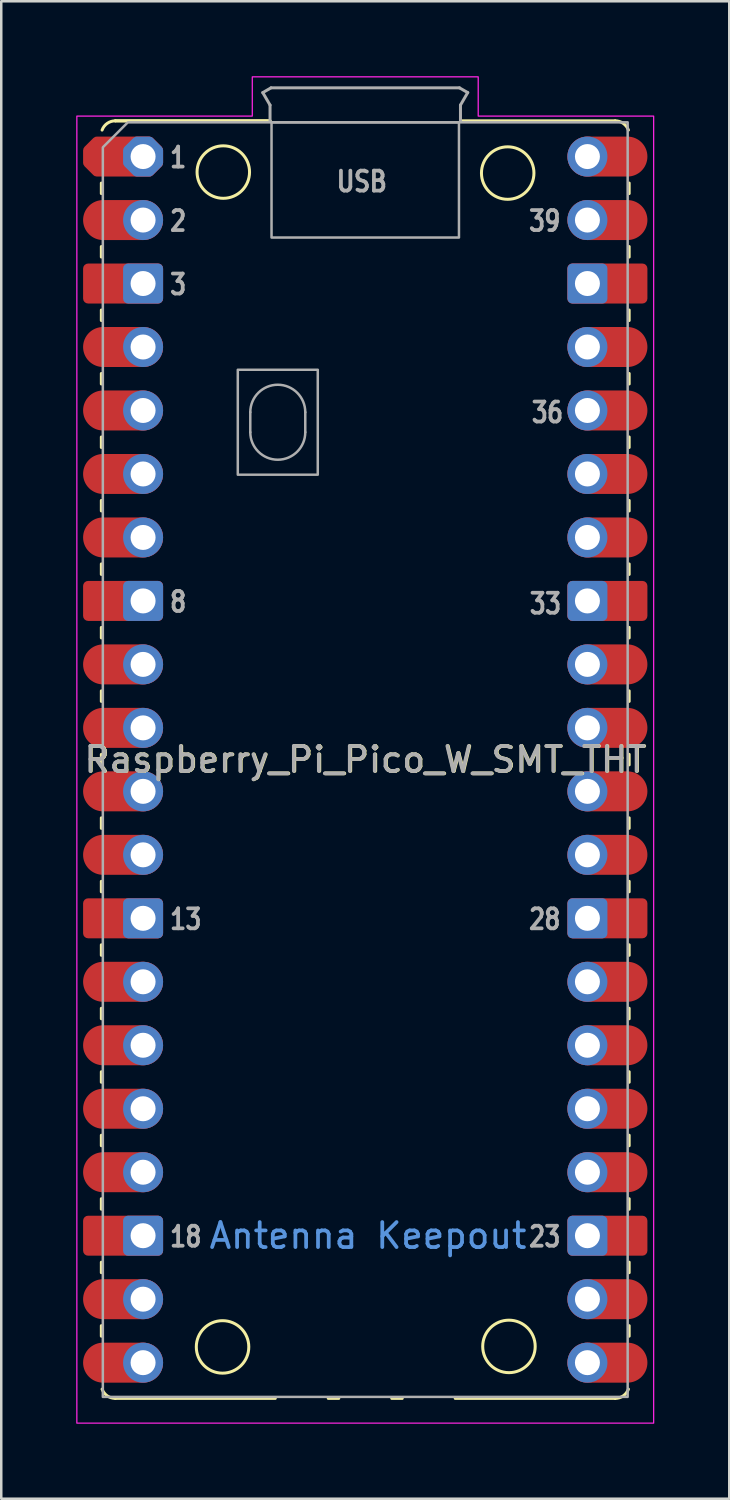
<source format=kicad_pcb>
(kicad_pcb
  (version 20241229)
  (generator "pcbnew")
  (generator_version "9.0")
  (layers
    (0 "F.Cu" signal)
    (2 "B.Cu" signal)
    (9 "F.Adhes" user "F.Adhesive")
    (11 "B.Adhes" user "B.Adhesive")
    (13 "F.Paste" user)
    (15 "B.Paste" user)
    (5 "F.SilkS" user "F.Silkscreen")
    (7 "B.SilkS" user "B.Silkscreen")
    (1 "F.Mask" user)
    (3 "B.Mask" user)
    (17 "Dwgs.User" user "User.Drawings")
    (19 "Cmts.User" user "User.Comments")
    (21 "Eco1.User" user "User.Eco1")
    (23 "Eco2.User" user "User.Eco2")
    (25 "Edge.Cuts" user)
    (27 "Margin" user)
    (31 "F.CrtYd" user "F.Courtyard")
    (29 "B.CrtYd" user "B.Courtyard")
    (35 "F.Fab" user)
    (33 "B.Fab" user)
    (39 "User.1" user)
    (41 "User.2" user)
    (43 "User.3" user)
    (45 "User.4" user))
  (footprint "Raspberry_Pi_Pico_W_SMT_THT"
    (layer "F.Cu")
    (at 2.675 3.215)
    (property "Reference" "Raspberry_Pi_Pico_W_SMT_THT" (at 8.91 24.13 0) (layer "F.SilkS") (effects (font (size 1 1) (thickness 0.15))))
    (attr through_hole)
    (fp_line (start -1.67 1.06) (end -1.67 1.48) (stroke (width 0.12) (type solid)) (layer "F.SilkS"))
    (fp_line (start -1.67 3.6) (end -1.67 4.02) (stroke (width 0.12) (type solid)) (layer "F.SilkS"))
    (fp_line (start -1.67 6.14) (end -1.67 6.56) (stroke (width 0.12) (type solid)) (layer "F.SilkS"))
    (fp_line (start -1.67 8.68) (end -1.67 9.1) (stroke (width 0.12) (type solid)) (layer "F.SilkS"))
    (fp_line (start -1.67 11.22) (end -1.67 11.64) (stroke (width 0.12) (type solid)) (layer "F.SilkS"))
    (fp_line (start -1.67 13.76) (end -1.67 14.18) (stroke (width 0.12) (type solid)) (layer "F.SilkS"))
    (fp_line (start -1.67 16.3) (end -1.67 16.72) (stroke (width 0.12) (type solid)) (layer "F.SilkS"))
    (fp_line (start -1.67 18.84) (end -1.67 19.26) (stroke (width 0.12) (type solid)) (layer "F.SilkS"))
    (fp_line (start -1.67 21.38) (end -1.67 21.8) (stroke (width 0.12) (type solid)) (layer "F.SilkS"))
    (fp_line (start -1.67 23.92) (end -1.67 24.34) (stroke (width 0.12) (type solid)) (layer "F.SilkS"))
    (fp_line (start -1.67 26.46) (end -1.67 26.88) (stroke (width 0.12) (type solid)) (layer "F.SilkS"))
    (fp_line (start -1.67 29) (end -1.67 29.42) (stroke (width 0.12) (type solid)) (layer "F.SilkS"))
    (fp_line (start -1.67 31.54) (end -1.67 31.96) (stroke (width 0.12) (type solid)) (layer "F.SilkS"))
    (fp_line (start -1.67 34.08) (end -1.67 34.5) (stroke (width 0.12) (type solid)) (layer "F.SilkS"))
    (fp_line (start -1.67 36.62) (end -1.67 37.04) (stroke (width 0.12) (type solid)) (layer "F.SilkS"))
    (fp_line (start -1.67 39.16) (end -1.67 39.58) (stroke (width 0.12) (type solid)) (layer "F.SilkS"))
    (fp_line (start -1.67 41.7) (end -1.67 42.12) (stroke (width 0.12) (type solid)) (layer "F.SilkS"))
    (fp_line (start -1.67 44.24) (end -1.67 44.66) (stroke (width 0.12) (type solid)) (layer "F.SilkS"))
    (fp_line (start -1.67 46.78) (end -1.67 47.2) (stroke (width 0.12) (type solid)) (layer "F.SilkS"))
    (fp_line (start -1.11 -1.43) (end 5.08 -1.43) (stroke (width 0.12) (type solid)) (layer "F.SilkS"))
    (fp_line (start -1.11 49.69) (end 5.29 49.69) (stroke (width 0.12) (type solid)) (layer "F.SilkS"))
    (fp_line (start 5.08 -1.43) (end -1.11 -1.43) (stroke (width 0.12) (type solid)) (layer "F.SilkS"))
    (fp_line (start 7.41 49.69) (end 7.83 49.69) (stroke (width 0.12) (type solid)) (layer "F.SilkS"))
    (fp_line (start 9.95 49.69) (end 10.37 49.69) (stroke (width 0.12) (type solid)) (layer "F.SilkS"))
    (fp_line (start 12.49 49.69) (end 18.89 49.69) (stroke (width 0.12) (type solid)) (layer "F.SilkS"))
    (fp_line (start 18.89 -1.43) (end 12.7 -1.43) (stroke (width 0.12) (type solid)) (layer "F.SilkS"))
    (fp_line (start 19.45 1.06) (end 19.45 1.48) (stroke (width 0.12) (type solid)) (layer "F.SilkS"))
    (fp_line (start 19.45 3.6) (end 19.45 4.02) (stroke (width 0.12) (type solid)) (layer "F.SilkS"))
    (fp_line (start 19.45 6.14) (end 19.45 6.56) (stroke (width 0.12) (type solid)) (layer "F.SilkS"))
    (fp_line (start 19.45 8.68) (end 19.45 9.1) (stroke (width 0.12) (type solid)) (layer "F.SilkS"))
    (fp_line (start 19.45 11.22) (end 19.45 11.64) (stroke (width 0.12) (type solid)) (layer "F.SilkS"))
    (fp_line (start 19.45 13.76) (end 19.45 14.18) (stroke (width 0.12) (type solid)) (layer "F.SilkS"))
    (fp_line (start 19.45 16.3) (end 19.45 16.72) (stroke (width 0.12) (type solid)) (layer "F.SilkS"))
    (fp_line (start 19.45 18.84) (end 19.45 19.26) (stroke (width 0.12) (type solid)) (layer "F.SilkS"))
    (fp_line (start 19.45 21.38) (end 19.45 21.8) (stroke (width 0.12) (type solid)) (layer "F.SilkS"))
    (fp_line (start 19.45 23.92) (end 19.45 24.34) (stroke (width 0.12) (type solid)) (layer "F.SilkS"))
    (fp_line (start 19.45 26.46) (end 19.45 26.88) (stroke (width 0.12) (type solid)) (layer "F.SilkS"))
    (fp_line (start 19.45 29) (end 19.45 29.42) (stroke (width 0.12) (type solid)) (layer "F.SilkS"))
    (fp_line (start 19.45 31.54) (end 19.45 31.96) (stroke (width 0.12) (type solid)) (layer "F.SilkS"))
    (fp_line (start 19.45 34.08) (end 19.45 34.5) (stroke (width 0.12) (type solid)) (layer "F.SilkS"))
    (fp_line (start 19.45 36.62) (end 19.45 37.04) (stroke (width 0.12) (type solid)) (layer "F.SilkS"))
    (fp_line (start 19.45 39.16) (end 19.45 39.58) (stroke (width 0.12) (type solid)) (layer "F.SilkS"))
    (fp_line (start 19.45 41.7) (end 19.45 42.12) (stroke (width 0.12) (type solid)) (layer "F.SilkS"))
    (fp_line (start 19.45 44.24) (end 19.45 44.66) (stroke (width 0.12) (type solid)) (layer "F.SilkS"))
    (fp_line (start 19.45 46.78) (end 19.45 47.2) (stroke (width 0.12) (type solid)) (layer "F.SilkS"))
    (fp_arc (start -1.64 -1.06) (mid -1.433508 -1.328808) (end -1.11 -1.43) (stroke (width 0.12) (type solid)) (layer "F.SilkS"))
    (fp_arc (start -1.11 49.69) (mid -1.433508 49.588809) (end -1.64 49.32) (stroke (width 0.12) (type solid)) (layer "F.SilkS"))
    (fp_arc (start 18.89 -1.43) (mid 19.213508 -1.328809) (end 19.42 -1.06) (stroke (width 0.12) (type solid)) (layer "F.SilkS"))
    (fp_arc (start 19.42 49.32) (mid 19.213508 49.588808) (end 18.89 49.69) (stroke (width 0.12) (type solid)) (layer "F.SilkS"))
    (fp_circle (center 3.18 47.63) (end 4.23 47.63) (stroke (width 0.12) (type solid)) (fill no) (layer "F.SilkS"))
    (fp_circle (center 3.21 0.62) (end 4.26 0.62) (stroke (width 0.12) (type solid)) (fill no) (layer "F.SilkS"))
    (fp_circle (center 14.59 0.66) (end 15.64 0.66) (stroke (width 0.12) (type solid)) (fill no) (layer "F.SilkS"))
    (fp_circle (center 14.64 47.61) (end 15.69 47.61) (stroke (width 0.12) (type solid)) (fill no) (layer "F.SilkS"))
    (fp_poly (pts (xy 13.41 -1.62) (xy 20.43 -1.62) (xy 20.43 50.68) (xy -2.65 50.68) (xy -2.65 -1.62) (xy 4.37 -1.62) (xy 4.37 -3.19) (xy 13.41 -3.19)) (stroke (width 0.05) (type solid)) (fill no) (layer "F.CrtYd"))
    (fp_line (start 4.29 10.23) (end 4.29 11.03) (stroke (width 0.1) (type solid)) (layer "F.Fab"))
    (fp_line (start 4.79 -2.56) (end 5.12 -2.75) (stroke (width 0.12) (type solid)) (layer "F.Fab"))
    (fp_line (start 5.08 -2.06) (end 4.79 -2.56) (stroke (width 0.12) (type solid)) (layer "F.Fab"))
    (fp_line (start 5.08 -1.43) (end 5.08 -2.06) (stroke (width 0.12) (type solid)) (layer "F.Fab"))
    (fp_line (start 5.12 -2.75) (end 12.66 -2.75) (stroke (width 0.12) (type solid)) (layer "F.Fab"))
    (fp_line (start 6.49 10.23) (end 6.49 11.03) (stroke (width 0.1) (type solid)) (layer "F.Fab"))
    (fp_line (start 12.66 -2.75) (end 12.99 -2.56) (stroke (width 0.12) (type solid)) (layer "F.Fab"))
    (fp_line (start 12.7 -2.06) (end 12.7 -1.43) (stroke (width 0.12) (type solid)) (layer "F.Fab"))
    (fp_line (start 12.99 -2.56) (end 12.7 -2.06) (stroke (width 0.12) (type solid)) (layer "F.Fab"))
    (fp_rect (start 3.79 8.53) (end 6.99 12.73) (stroke (width 0.1) (type solid)) (fill no) (layer "F.Fab"))
    (fp_rect (start 5.14 -1.37) (end 12.64 3.24) (stroke (width 0.1) (type solid)) (fill no) (layer "F.Fab"))
    (fp_arc (start 4.29 10.23) (mid 5.39 9.13) (end 6.49 10.23) (stroke (width 0.1) (type solid)) (layer "F.Fab"))
    (fp_arc (start 6.49 11.03) (mid 5.39 12.13) (end 4.29 11.03) (stroke (width 0.1) (type solid)) (layer "F.Fab"))
    (fp_poly (pts (xy 19.39 49.63) (xy -1.61 49.63) (xy -1.61 -0.37) (xy -0.61 -1.37) (xy 19.39 -1.37)) (stroke (width 0.1) (type solid)) (fill no) (layer "F.Fab"))
    (fp_text user "Antenna Keepout" (at 9 43.18 0) (unlocked yes) (layer "Cmts.User") (effects (font (size 1 1) (thickness 0.15))))
    (fp_text user "3" (at 1 5.118 0) (unlocked yes) (layer "F.Fab") (effects (font (size 0.8 0.64) (thickness 0.15)) (justify left)))
    (fp_text user "23" (at 16.78 43.218 0) (unlocked yes) (layer "F.Fab") (effects (font (size 0.8 0.64) (thickness 0.15)) (justify right)))
    (fp_text user "33" (at 16.1 17.89 0) (unlocked yes) (layer "F.Fab") (effects (font (size 0.8 0.64) (thickness 0.15))))
    (fp_text user "USB" (at 8.75 1 0) (unlocked yes) (layer "F.Fab") (effects (font (size 0.8 0.66) (thickness 0.15))))
    (fp_text user "8" (at 1 17.818 0) (unlocked yes) (layer "F.Fab") (effects (font (size 0.8 0.64) (thickness 0.15)) (justify left)))
    (fp_text user "1" (at 1 0.038 0) (unlocked yes) (layer "F.Fab") (effects (font (size 0.8 0.64) (thickness 0.15)) (justify left)))
    (fp_text user "28" (at 16.78 30.518 0) (unlocked yes) (layer "F.Fab") (effects (font (size 0.8 0.64) (thickness 0.15)) (justify right)))
    (fp_text user "18" (at 1 43.218 0) (unlocked yes) (layer "F.Fab") (effects (font (size 0.8 0.64) (thickness 0.15)) (justify left)))
    (fp_text user "13" (at 1 30.518 0) (unlocked yes) (layer "F.Fab") (effects (font (size 0.8 0.64) (thickness 0.15)) (justify left)))
    (fp_text user "${REFERENCE}" (at 8.89 24.13 0) (unlocked yes) (layer "F.Fab") (effects (font (size 1 1) (thickness 0.15))))
    (fp_text user "39" (at 16.78 2.578 0) (unlocked yes) (layer "F.Fab") (effects (font (size 0.8 0.64) (thickness 0.15)) (justify right)))
    (fp_text user "2" (at 1 2.578 0) (unlocked yes) (layer "F.Fab") (effects (font (size 0.8 0.64) (thickness 0.15)) (justify left)))
    (fp_text user "36" (at 16.18 10.24 0) (unlocked yes) (layer "F.Fab") (effects (font (size 0.8 0.64) (thickness 0.15))))
    (pad "1" smd custom (at -1.6 0) (size 1.6 1.6) (layers "F.Cu" "F.Mask") (options (anchor circle)) (primitives (gr_poly (pts (xy 2.2 0.249) (xy 1.849 0.6) (xy -0.249 0.6) (xy -0.6 0.249) (xy -0.6 -0.249) (xy -0.249 -0.6) (xy 1.849 -0.6) (xy 2.2 -0.249)) (width 0.4) (fill yes))))
    (pad "1" thru_hole custom (at 0 0) (size 1.6 1.6) (drill 1) (layers "*.Cu" "*.Mask") (options (anchor circle)) (primitives (gr_poly (pts (xy 0.6 0.249) (xy 0.249 0.6) (xy -0.249 0.6) (xy -0.6 0.249) (xy -0.6 -0.249) (xy -0.249 -0.6) (xy 0.249 -0.6) (xy 0.6 -0.249)) (width 0.4) (fill yes))))
    (pad "2" smd oval (at -1.6 2.54) (size 3.2 1.6) (drill (offset 0.8 0)) (layers "F.Cu" "F.Mask"))
    (pad "2" thru_hole circle (at 0 2.54) (size 1.6 1.6) (drill 1) (layers "*.Cu" "*.Mask"))
    (pad "3" smd roundrect (at -1.6 5.08) (size 3.2 1.6) (drill (offset 0.8 0)) (layers "F.Cu" "F.Mask") (roundrect_rratio 0.125))
    (pad "3" thru_hole roundrect (at 0 5.08) (size 1.6 1.6) (drill 1) (layers "*.Cu" "*.Mask") (roundrect_rratio 0.125))
    (pad "4" smd oval (at -1.6 7.62) (size 3.2 1.6) (drill (offset 0.8 0)) (layers "F.Cu" "F.Mask"))
    (pad "4" thru_hole circle (at 0 7.62) (size 1.6 1.6) (drill 1) (layers "*.Cu" "*.Mask"))
    (pad "5" smd oval (at -1.6 10.16) (size 3.2 1.6) (drill (offset 0.8 0)) (layers "F.Cu" "F.Mask"))
    (pad "5" thru_hole circle (at 0 10.16) (size 1.6 1.6) (drill 1) (layers "*.Cu" "*.Mask"))
    (pad "6" smd oval (at -1.6 12.7) (size 3.2 1.6) (drill (offset 0.8 0)) (layers "F.Cu" "F.Mask"))
    (pad "6" thru_hole circle (at 0 12.7) (size 1.6 1.6) (drill 1) (layers "*.Cu" "*.Mask"))
    (pad "7" smd oval (at -1.6 15.24) (size 3.2 1.6) (drill (offset 0.8 0)) (layers "F.Cu" "F.Mask"))
    (pad "7" thru_hole circle (at 0 15.24) (size 1.6 1.6) (drill 1) (layers "*.Cu" "*.Mask"))
    (pad "8" smd roundrect (at -1.6 17.78) (size 3.2 1.6) (drill (offset 0.8 0)) (layers "F.Cu" "F.Mask") (roundrect_rratio 0.125))
    (pad "8" thru_hole roundrect (at 0 17.78) (size 1.6 1.6) (drill 1) (layers "*.Cu" "*.Mask") (roundrect_rratio 0.125))
    (pad "9" smd oval (at -1.6 20.32) (size 3.2 1.6) (drill (offset 0.8 0)) (layers "F.Cu" "F.Mask"))
    (pad "9" thru_hole circle (at 0 20.32) (size 1.6 1.6) (drill 1) (layers "*.Cu" "*.Mask"))
    (pad "10" smd oval (at -1.6 22.86) (size 3.2 1.6) (drill (offset 0.8 0)) (layers "F.Cu" "F.Mask"))
    (pad "10" thru_hole circle (at 0 22.86) (size 1.6 1.6) (drill 1) (layers "*.Cu" "*.Mask"))
    (pad "11" smd oval (at -1.6 25.4) (size 3.2 1.6) (drill (offset 0.8 0)) (layers "F.Cu" "F.Mask"))
    (pad "11" thru_hole circle (at 0 25.4) (size 1.6 1.6) (drill 1) (layers "*.Cu" "*.Mask"))
    (pad "12" smd oval (at -1.6 27.94) (size 3.2 1.6) (drill (offset 0.8 0)) (layers "F.Cu" "F.Mask"))
    (pad "12" thru_hole circle (at 0 27.94) (size 1.6 1.6) (drill 1) (layers "*.Cu" "*.Mask"))
    (pad "13" smd roundrect (at -1.6 30.48) (size 3.2 1.6) (drill (offset 0.8 0)) (layers "F.Cu" "F.Mask") (roundrect_rratio 0.125))
    (pad "13" thru_hole roundrect (at 0 30.48) (size 1.6 1.6) (drill 1) (layers "*.Cu" "*.Mask") (roundrect_rratio 0.125))
    (pad "14" smd oval (at -1.6 33.02) (size 3.2 1.6) (drill (offset 0.8 0)) (layers "F.Cu" "F.Mask"))
    (pad "14" thru_hole circle (at 0 33.02) (size 1.6 1.6) (drill 1) (layers "*.Cu" "*.Mask"))
    (pad "15" smd oval (at -1.6 35.56) (size 3.2 1.6) (drill (offset 0.8 0)) (layers "F.Cu" "F.Mask"))
    (pad "15" thru_hole circle (at 0 35.56) (size 1.6 1.6) (drill 1) (layers "*.Cu" "*.Mask"))
    (pad "16" smd oval (at -1.6 38.1) (size 3.2 1.6) (drill (offset 0.8 0)) (layers "F.Cu" "F.Mask"))
    (pad "16" thru_hole circle (at 0 38.1) (size 1.6 1.6) (drill 1) (layers "*.Cu" "*.Mask"))
    (pad "17" smd oval (at -1.6 40.64) (size 3.2 1.6) (drill (offset 0.8 0)) (layers "F.Cu" "F.Mask"))
    (pad "17" thru_hole circle (at 0 40.64) (size 1.6 1.6) (drill 1) (layers "*.Cu" "*.Mask"))
    (pad "18" smd roundrect (at -1.6 43.18) (size 3.2 1.6) (drill (offset 0.8 0)) (layers "F.Cu" "F.Mask") (roundrect_rratio 0.125))
    (pad "18" thru_hole roundrect (at 0 43.18) (size 1.6 1.6) (drill 1) (layers "*.Cu" "*.Mask") (roundrect_rratio 0.125))
    (pad "19" smd oval (at -1.6 45.72) (size 3.2 1.6) (drill (offset 0.8 0)) (layers "F.Cu" "F.Mask"))
    (pad "19" thru_hole circle (at 0 45.72) (size 1.6 1.6) (drill 1) (layers "*.Cu" "*.Mask"))
    (pad "20" smd oval (at -1.6 48.26) (size 3.2 1.6) (drill (offset 0.8 0)) (layers "F.Cu" "F.Mask"))
    (pad "20" thru_hole circle (at 0 48.26) (size 1.6 1.6) (drill 1) (layers "*.Cu" "*.Mask"))
    (pad "21" thru_hole circle (at 17.78 48.26) (size 1.6 1.6) (drill 1) (layers "*.Cu" "*.Mask"))
    (pad "21" smd oval (at 19.38 48.26) (size 3.2 1.6) (drill (offset -0.8 0)) (layers "F.Cu" "F.Mask"))
    (pad "22" thru_hole circle (at 17.78 45.72) (size 1.6 1.6) (drill 1) (layers "*.Cu" "*.Mask"))
    (pad "22" smd oval (at 19.38 45.72) (size 3.2 1.6) (drill (offset -0.8 0)) (layers "F.Cu" "F.Mask"))
    (pad "23" thru_hole roundrect (at 17.78 43.18) (size 1.6 1.6) (drill 1) (layers "*.Cu" "*.Mask") (roundrect_rratio 0.125))
    (pad "23" smd roundrect (at 19.38 43.18) (size 3.2 1.6) (drill (offset -0.8 0)) (layers "F.Cu" "F.Mask") (roundrect_rratio 0.125))
    (pad "24" thru_hole circle (at 17.78 40.64) (size 1.6 1.6) (drill 1) (layers "*.Cu" "*.Mask"))
    (pad "24" smd oval (at 19.38 40.64) (size 3.2 1.6) (drill (offset -0.8 0)) (layers "F.Cu" "F.Mask"))
    (pad "25" thru_hole circle (at 17.78 38.1) (size 1.6 1.6) (drill 1) (layers "*.Cu" "*.Mask"))
    (pad "25" smd oval (at 19.38 38.1) (size 3.2 1.6) (drill (offset -0.8 0)) (layers "F.Cu" "F.Mask"))
    (pad "26" thru_hole circle (at 17.78 35.56) (size 1.6 1.6) (drill 1) (layers "*.Cu" "*.Mask"))
    (pad "26" smd oval (at 19.38 35.56) (size 3.2 1.6) (drill (offset -0.8 0)) (layers "F.Cu" "F.Mask"))
    (pad "27" thru_hole circle (at 17.78 33.02) (size 1.6 1.6) (drill 1) (layers "*.Cu" "*.Mask"))
    (pad "27" smd oval (at 19.38 33.02) (size 3.2 1.6) (drill (offset -0.8 0)) (layers "F.Cu" "F.Mask"))
    (pad "28" thru_hole roundrect (at 17.78 30.48) (size 1.6 1.6) (drill 1) (layers "*.Cu" "*.Mask") (roundrect_rratio 0.125))
    (pad "28" smd roundrect (at 19.38 30.48) (size 3.2 1.6) (drill (offset -0.8 0)) (layers "F.Cu" "F.Mask") (roundrect_rratio 0.125))
    (pad "29" thru_hole circle (at 17.78 27.94) (size 1.6 1.6) (drill 1) (layers "*.Cu" "*.Mask"))
    (pad "29" smd oval (at 19.38 27.94) (size 3.2 1.6) (drill (offset -0.8 0)) (layers "F.Cu" "F.Mask"))
    (pad "30" thru_hole circle (at 17.78 25.4) (size 1.6 1.6) (drill 1) (layers "*.Cu" "*.Mask"))
    (pad "30" smd oval (at 19.38 25.4) (size 3.2 1.6) (drill (offset -0.8 0)) (layers "F.Cu" "F.Mask"))
    (pad "31" thru_hole circle (at 17.78 22.86) (size 1.6 1.6) (drill 1) (layers "*.Cu" "*.Mask"))
    (pad "31" smd oval (at 19.38 22.86) (size 3.2 1.6) (drill (offset -0.8 0)) (layers "F.Cu" "F.Mask"))
    (pad "32" thru_hole circle (at 17.78 20.32) (size 1.6 1.6) (drill 1) (layers "*.Cu" "*.Mask"))
    (pad "32" smd oval (at 19.38 20.32) (size 3.2 1.6) (drill (offset -0.8 0)) (layers "F.Cu" "F.Mask"))
    (pad "33" thru_hole roundrect (at 17.78 17.78) (size 1.6 1.6) (drill 1) (layers "*.Cu" "*.Mask") (roundrect_rratio 0.125))
    (pad "33" smd roundrect (at 19.38 17.78) (size 3.2 1.6) (drill (offset -0.8 0)) (layers "F.Cu" "F.Mask") (roundrect_rratio 0.125))
    (pad "34" thru_hole circle (at 17.78 15.24) (size 1.6 1.6) (drill 1) (layers "*.Cu" "*.Mask"))
    (pad "34" smd oval (at 19.38 15.24) (size 3.2 1.6) (drill (offset -0.8 0)) (layers "F.Cu" "F.Mask"))
    (pad "35" thru_hole circle (at 17.78 12.7) (size 1.6 1.6) (drill 1) (layers "*.Cu" "*.Mask"))
    (pad "35" smd oval (at 19.38 12.7) (size 3.2 1.6) (drill (offset -0.8 0)) (layers "F.Cu" "F.Mask"))
    (pad "36" thru_hole circle (at 17.78 10.16) (size 1.6 1.6) (drill 1) (layers "*.Cu" "*.Mask"))
    (pad "36" smd oval (at 19.38 10.16) (size 3.2 1.6) (drill (offset -0.8 0)) (layers "F.Cu" "F.Mask"))
    (pad "37" thru_hole circle (at 17.78 7.62) (size 1.6 1.6) (drill 1) (layers "*.Cu" "*.Mask"))
    (pad "37" smd oval (at 19.38 7.62) (size 3.2 1.6) (drill (offset -0.8 0)) (layers "F.Cu" "F.Mask"))
    (pad "38" thru_hole roundrect (at 17.78 5.08) (size 1.6 1.6) (drill 1) (layers "*.Cu" "*.Mask") (roundrect_rratio 0.125))
    (pad "38" smd roundrect (at 19.38 5.08) (size 3.2 1.6) (drill (offset -0.8 0)) (layers "F.Cu" "F.Mask") (roundrect_rratio 0.125))
    (pad "39" thru_hole circle (at 17.78 2.54) (size 1.6 1.6) (drill 1) (layers "*.Cu" "*.Mask"))
    (pad "39" smd oval (at 19.38 2.54) (size 3.2 1.6) (drill (offset -0.8 0)) (layers "F.Cu" "F.Mask"))
    (pad "40" thru_hole circle (at 17.78 0) (size 1.6 1.6) (drill 1) (layers "*.Cu" "*.Mask"))
    (pad "40" smd oval (at 19.38 0) (size 3.2 1.6) (drill (offset -0.8 0)) (layers "F.Cu" "F.Mask"))
    (zone (net_name "") (layers "F.Cu" "F.Mask" "B.Cu" "B.Mask" "F.SilkS" "B.SilkS" "F.Adhes" "B.Adhes" "F.Paste" "B.Paste") (name "Antenna Keepout") (hatch full 0.508) (connect_pads) (min_thickness 0.254) (filled_areas_thickness no) (keepout (tracks not_allowed) (vias not_allowed) (pads not_allowed) (copperpour not_allowed) (footprints not_allowed)) (placement (enabled no)) (fill) (polygon (pts (xy 18.565 52.845) (xy 4.565 52.845) (xy 4.565 44.445) (xy 18.565 44.445)))))
  (gr_rect
    (start -3 -3)
    (end 26.13 56.92)
    (stroke (width 0.1) (type default))
    (fill no)
    (layer "Edge.Cuts")))
</source>
